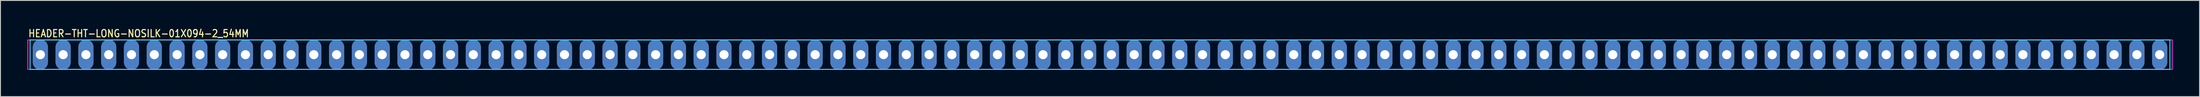
<source format=kicad_pcb>
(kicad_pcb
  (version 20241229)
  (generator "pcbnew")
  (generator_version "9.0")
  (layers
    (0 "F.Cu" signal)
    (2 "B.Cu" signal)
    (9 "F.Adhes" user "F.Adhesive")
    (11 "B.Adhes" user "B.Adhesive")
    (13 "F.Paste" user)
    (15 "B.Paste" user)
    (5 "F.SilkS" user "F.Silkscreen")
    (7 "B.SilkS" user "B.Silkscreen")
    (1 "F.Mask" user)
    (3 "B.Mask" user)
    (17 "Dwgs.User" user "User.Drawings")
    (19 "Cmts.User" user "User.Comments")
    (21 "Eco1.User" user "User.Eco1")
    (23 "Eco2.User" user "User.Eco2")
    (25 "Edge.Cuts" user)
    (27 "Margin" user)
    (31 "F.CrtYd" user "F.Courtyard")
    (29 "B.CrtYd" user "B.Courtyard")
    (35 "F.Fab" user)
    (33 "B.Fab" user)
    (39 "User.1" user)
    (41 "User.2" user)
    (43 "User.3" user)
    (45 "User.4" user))
  (footprint "HEADER-THT-LONG-NOSILK-01X094-2_54MM"
    (layer "F.Cu")
    (at 1.447 3.079)
    (property "Reference" "HEADER-THT-LONG-NOSILK-01X094-2_54MM" (at -1.4 -1.9 0) (unlocked yes) (layer "F.SilkS") (effects (font (size 0.813 0.695) (thickness 0.122)) (justify left bottom)))
    (fp_poly (pts (xy -1.143 -1.651) (xy 237.363 -1.651) (xy 237.363 1.651) (xy -1.143 1.651)) (stroke (width 0.1) (type solid)) (fill no) (layer "B.CrtYd"))
    (fp_poly (pts (xy -1.397 -1.651) (xy 237.617 -1.651) (xy 237.617 1.651) (xy -1.397 1.651)) (stroke (width 0.1) (type solid)) (fill no) (layer "F.CrtYd"))
    (pad "1" thru_hole oval (at 0 0 90) (size 3.387 1.693) (drill 1.016) (layers "*.Cu" "*.Mask"))
    (pad "2" thru_hole oval (at 2.54 0 90) (size 3.387 1.693) (drill 1.016) (layers "*.Cu" "*.Mask"))
    (pad "3" thru_hole oval (at 5.08 0 90) (size 3.387 1.693) (drill 1.016) (layers "*.Cu" "*.Mask"))
    (pad "4" thru_hole oval (at 7.62 0 90) (size 3.387 1.693) (drill 1.016) (layers "*.Cu" "*.Mask"))
    (pad "5" thru_hole oval (at 10.16 0 90) (size 3.387 1.693) (drill 1.016) (layers "*.Cu" "*.Mask"))
    (pad "6" thru_hole oval (at 12.7 0 90) (size 3.387 1.693) (drill 1.016) (layers "*.Cu" "*.Mask"))
    (pad "7" thru_hole oval (at 15.24 0 90) (size 3.387 1.693) (drill 1.016) (layers "*.Cu" "*.Mask"))
    (pad "8" thru_hole oval (at 17.78 0 90) (size 3.387 1.693) (drill 1.016) (layers "*.Cu" "*.Mask"))
    (pad "9" thru_hole oval (at 20.32 0 90) (size 3.387 1.693) (drill 1.016) (layers "*.Cu" "*.Mask"))
    (pad "10" thru_hole oval (at 22.86 0 90) (size 3.387 1.693) (drill 1.016) (layers "*.Cu" "*.Mask"))
    (pad "11" thru_hole oval (at 25.4 0 90) (size 3.387 1.693) (drill 1.016) (layers "*.Cu" "*.Mask"))
    (pad "12" thru_hole oval (at 27.94 0 90) (size 3.387 1.693) (drill 1.016) (layers "*.Cu" "*.Mask"))
    (pad "13" thru_hole oval (at 30.48 0 90) (size 3.387 1.693) (drill 1.016) (layers "*.Cu" "*.Mask"))
    (pad "14" thru_hole oval (at 33.02 0 90) (size 3.387 1.693) (drill 1.016) (layers "*.Cu" "*.Mask"))
    (pad "15" thru_hole oval (at 35.56 0 90) (size 3.387 1.693) (drill 1.016) (layers "*.Cu" "*.Mask"))
    (pad "16" thru_hole oval (at 38.1 0 90) (size 3.387 1.693) (drill 1.016) (layers "*.Cu" "*.Mask"))
    (pad "17" thru_hole oval (at 40.64 0 90) (size 3.387 1.693) (drill 1.016) (layers "*.Cu" "*.Mask"))
    (pad "18" thru_hole oval (at 43.18 0 90) (size 3.387 1.693) (drill 1.016) (layers "*.Cu" "*.Mask"))
    (pad "19" thru_hole oval (at 45.72 0 90) (size 3.387 1.693) (drill 1.016) (layers "*.Cu" "*.Mask"))
    (pad "20" thru_hole oval (at 48.26 0 90) (size 3.387 1.693) (drill 1.016) (layers "*.Cu" "*.Mask"))
    (pad "21" thru_hole oval (at 50.8 0 90) (size 3.387 1.693) (drill 1.016) (layers "*.Cu" "*.Mask"))
    (pad "22" thru_hole oval (at 53.34 0 90) (size 3.387 1.693) (drill 1.016) (layers "*.Cu" "*.Mask"))
    (pad "23" thru_hole oval (at 55.88 0 90) (size 3.387 1.693) (drill 1.016) (layers "*.Cu" "*.Mask"))
    (pad "24" thru_hole oval (at 58.42 0 90) (size 3.387 1.693) (drill 1.016) (layers "*.Cu" "*.Mask"))
    (pad "25" thru_hole oval (at 60.96 0 90) (size 3.387 1.693) (drill 1.016) (layers "*.Cu" "*.Mask"))
    (pad "26" thru_hole oval (at 63.5 0 90) (size 3.387 1.693) (drill 1.016) (layers "*.Cu" "*.Mask"))
    (pad "27" thru_hole oval (at 66.04 0 90) (size 3.387 1.693) (drill 1.016) (layers "*.Cu" "*.Mask"))
    (pad "28" thru_hole oval (at 68.58 0 90) (size 3.387 1.693) (drill 1.016) (layers "*.Cu" "*.Mask"))
    (pad "29" thru_hole oval (at 71.12 0 90) (size 3.387 1.693) (drill 1.016) (layers "*.Cu" "*.Mask"))
    (pad "30" thru_hole oval (at 73.66 0 90) (size 3.387 1.693) (drill 1.016) (layers "*.Cu" "*.Mask"))
    (pad "31" thru_hole oval (at 76.2 0 90) (size 3.387 1.693) (drill 1.016) (layers "*.Cu" "*.Mask"))
    (pad "32" thru_hole oval (at 78.74 0 90) (size 3.387 1.693) (drill 1.016) (layers "*.Cu" "*.Mask"))
    (pad "33" thru_hole oval (at 81.28 0 90) (size 3.387 1.693) (drill 1.016) (layers "*.Cu" "*.Mask"))
    (pad "34" thru_hole oval (at 83.82 0 90) (size 3.387 1.693) (drill 1.016) (layers "*.Cu" "*.Mask"))
    (pad "35" thru_hole oval (at 86.36 0 90) (size 3.387 1.693) (drill 1.016) (layers "*.Cu" "*.Mask"))
    (pad "36" thru_hole oval (at 88.9 0 90) (size 3.387 1.693) (drill 1.016) (layers "*.Cu" "*.Mask"))
    (pad "37" thru_hole oval (at 91.44 0 90) (size 3.387 1.693) (drill 1.016) (layers "*.Cu" "*.Mask"))
    (pad "38" thru_hole oval (at 93.98 0 90) (size 3.387 1.693) (drill 1.016) (layers "*.Cu" "*.Mask"))
    (pad "39" thru_hole oval (at 96.52 0 90) (size 3.387 1.693) (drill 1.016) (layers "*.Cu" "*.Mask"))
    (pad "40" thru_hole oval (at 99.06 0 90) (size 3.387 1.693) (drill 1.016) (layers "*.Cu" "*.Mask"))
    (pad "41" thru_hole oval (at 101.6 0 90) (size 3.387 1.693) (drill 1.016) (layers "*.Cu" "*.Mask"))
    (pad "42" thru_hole oval (at 104.14 0 90) (size 3.387 1.693) (drill 1.016) (layers "*.Cu" "*.Mask"))
    (pad "43" thru_hole oval (at 106.68 0 90) (size 3.387 1.693) (drill 1.016) (layers "*.Cu" "*.Mask"))
    (pad "44" thru_hole oval (at 109.22 0 90) (size 3.387 1.693) (drill 1.016) (layers "*.Cu" "*.Mask"))
    (pad "45" thru_hole oval (at 111.76 0 90) (size 3.387 1.693) (drill 1.016) (layers "*.Cu" "*.Mask"))
    (pad "46" thru_hole oval (at 114.3 0 90) (size 3.387 1.693) (drill 1.016) (layers "*.Cu" "*.Mask"))
    (pad "47" thru_hole oval (at 116.84 0 90) (size 3.387 1.693) (drill 1.016) (layers "*.Cu" "*.Mask"))
    (pad "48" thru_hole oval (at 119.38 0 90) (size 3.387 1.693) (drill 1.016) (layers "*.Cu" "*.Mask"))
    (pad "49" thru_hole oval (at 121.92 0 90) (size 3.387 1.693) (drill 1.016) (layers "*.Cu" "*.Mask"))
    (pad "50" thru_hole oval (at 124.46 0 90) (size 3.387 1.693) (drill 1.016) (layers "*.Cu" "*.Mask"))
    (pad "51" thru_hole oval (at 127 0 90) (size 3.387 1.693) (drill 1.016) (layers "*.Cu" "*.Mask"))
    (pad "52" thru_hole oval (at 129.54 0 90) (size 3.387 1.693) (drill 1.016) (layers "*.Cu" "*.Mask"))
    (pad "53" thru_hole oval (at 132.08 0 90) (size 3.387 1.693) (drill 1.016) (layers "*.Cu" "*.Mask"))
    (pad "54" thru_hole oval (at 134.62 0 90) (size 3.387 1.693) (drill 1.016) (layers "*.Cu" "*.Mask"))
    (pad "55" thru_hole oval (at 137.16 0 90) (size 3.387 1.693) (drill 1.016) (layers "*.Cu" "*.Mask"))
    (pad "56" thru_hole oval (at 139.7 0 90) (size 3.387 1.693) (drill 1.016) (layers "*.Cu" "*.Mask"))
    (pad "57" thru_hole oval (at 142.24 0 90) (size 3.387 1.693) (drill 1.016) (layers "*.Cu" "*.Mask"))
    (pad "58" thru_hole oval (at 144.78 0 90) (size 3.387 1.693) (drill 1.016) (layers "*.Cu" "*.Mask"))
    (pad "59" thru_hole oval (at 147.32 0 90) (size 3.387 1.693) (drill 1.016) (layers "*.Cu" "*.Mask"))
    (pad "60" thru_hole oval (at 149.86 0 90) (size 3.387 1.693) (drill 1.016) (layers "*.Cu" "*.Mask"))
    (pad "61" thru_hole oval (at 152.4 0 90) (size 3.387 1.693) (drill 1.016) (layers "*.Cu" "*.Mask"))
    (pad "62" thru_hole oval (at 154.94 0 90) (size 3.387 1.693) (drill 1.016) (layers "*.Cu" "*.Mask"))
    (pad "63" thru_hole oval (at 157.48 0 90) (size 3.387 1.693) (drill 1.016) (layers "*.Cu" "*.Mask"))
    (pad "64" thru_hole oval (at 160.02 0 90) (size 3.387 1.693) (drill 1.016) (layers "*.Cu" "*.Mask"))
    (pad "65" thru_hole oval (at 162.56 0 90) (size 3.387 1.693) (drill 1.016) (layers "*.Cu" "*.Mask"))
    (pad "66" thru_hole oval (at 165.1 0 90) (size 3.387 1.693) (drill 1.016) (layers "*.Cu" "*.Mask"))
    (pad "67" thru_hole oval (at 167.64 0 90) (size 3.387 1.693) (drill 1.016) (layers "*.Cu" "*.Mask"))
    (pad "68" thru_hole oval (at 170.18 0 90) (size 3.387 1.693) (drill 1.016) (layers "*.Cu" "*.Mask"))
    (pad "69" thru_hole oval (at 172.72 0 90) (size 3.387 1.693) (drill 1.016) (layers "*.Cu" "*.Mask"))
    (pad "70" thru_hole oval (at 175.26 0 90) (size 3.387 1.693) (drill 1.016) (layers "*.Cu" "*.Mask"))
    (pad "71" thru_hole oval (at 177.8 0 90) (size 3.387 1.693) (drill 1.016) (layers "*.Cu" "*.Mask"))
    (pad "72" thru_hole oval (at 180.34 0 90) (size 3.387 1.693) (drill 1.016) (layers "*.Cu" "*.Mask"))
    (pad "73" thru_hole oval (at 182.88 0 90) (size 3.387 1.693) (drill 1.016) (layers "*.Cu" "*.Mask"))
    (pad "74" thru_hole oval (at 185.42 0 90) (size 3.387 1.693) (drill 1.016) (layers "*.Cu" "*.Mask"))
    (pad "75" thru_hole oval (at 187.96 0 90) (size 3.387 1.693) (drill 1.016) (layers "*.Cu" "*.Mask"))
    (pad "76" thru_hole oval (at 190.5 0 90) (size 3.387 1.693) (drill 1.016) (layers "*.Cu" "*.Mask"))
    (pad "77" thru_hole oval (at 193.04 0 90) (size 3.387 1.693) (drill 1.016) (layers "*.Cu" "*.Mask"))
    (pad "78" thru_hole oval (at 195.58 0 90) (size 3.387 1.693) (drill 1.016) (layers "*.Cu" "*.Mask"))
    (pad "79" thru_hole oval (at 198.12 0 90) (size 3.387 1.693) (drill 1.016) (layers "*.Cu" "*.Mask"))
    (pad "80" thru_hole oval (at 200.66 0 90) (size 3.387 1.693) (drill 1.016) (layers "*.Cu" "*.Mask"))
    (pad "81" thru_hole oval (at 203.2 0 90) (size 3.387 1.693) (drill 1.016) (layers "*.Cu" "*.Mask"))
    (pad "82" thru_hole oval (at 205.74 0 90) (size 3.387 1.693) (drill 1.016) (layers "*.Cu" "*.Mask"))
    (pad "83" thru_hole oval (at 208.28 0 90) (size 3.387 1.693) (drill 1.016) (layers "*.Cu" "*.Mask"))
    (pad "84" thru_hole oval (at 210.82 0 90) (size 3.387 1.693) (drill 1.016) (layers "*.Cu" "*.Mask"))
    (pad "85" thru_hole oval (at 213.36 0 90) (size 3.387 1.693) (drill 1.016) (layers "*.Cu" "*.Mask"))
    (pad "86" thru_hole oval (at 215.9 0 90) (size 3.387 1.693) (drill 1.016) (layers "*.Cu" "*.Mask"))
    (pad "87" thru_hole oval (at 218.44 0 90) (size 3.387 1.693) (drill 1.016) (layers "*.Cu" "*.Mask"))
    (pad "88" thru_hole oval (at 220.98 0 90) (size 3.387 1.693) (drill 1.016) (layers "*.Cu" "*.Mask"))
    (pad "89" thru_hole oval (at 223.52 0 90) (size 3.387 1.693) (drill 1.016) (layers "*.Cu" "*.Mask"))
    (pad "90" thru_hole oval (at 226.06 0 90) (size 3.387 1.693) (drill 1.016) (layers "*.Cu" "*.Mask"))
    (pad "91" thru_hole oval (at 228.6 0 90) (size 3.387 1.693) (drill 1.016) (layers "*.Cu" "*.Mask"))
    (pad "92" thru_hole oval (at 231.14 0 90) (size 3.387 1.693) (drill 1.016) (layers "*.Cu" "*.Mask"))
    (pad "93" thru_hole oval (at 233.68 0 90) (size 3.387 1.693) (drill 1.016) (layers "*.Cu" "*.Mask"))
    (pad "94" thru_hole oval (at 236.22 0 90) (size 3.387 1.693) (drill 1.016) (layers "*.Cu" "*.Mask")))
  (gr_rect
    (start -3 -3)
    (end 242.114 7.78)
    (stroke (width 0.1) (type default))
    (fill no)
    (layer "Edge.Cuts")))
</source>
